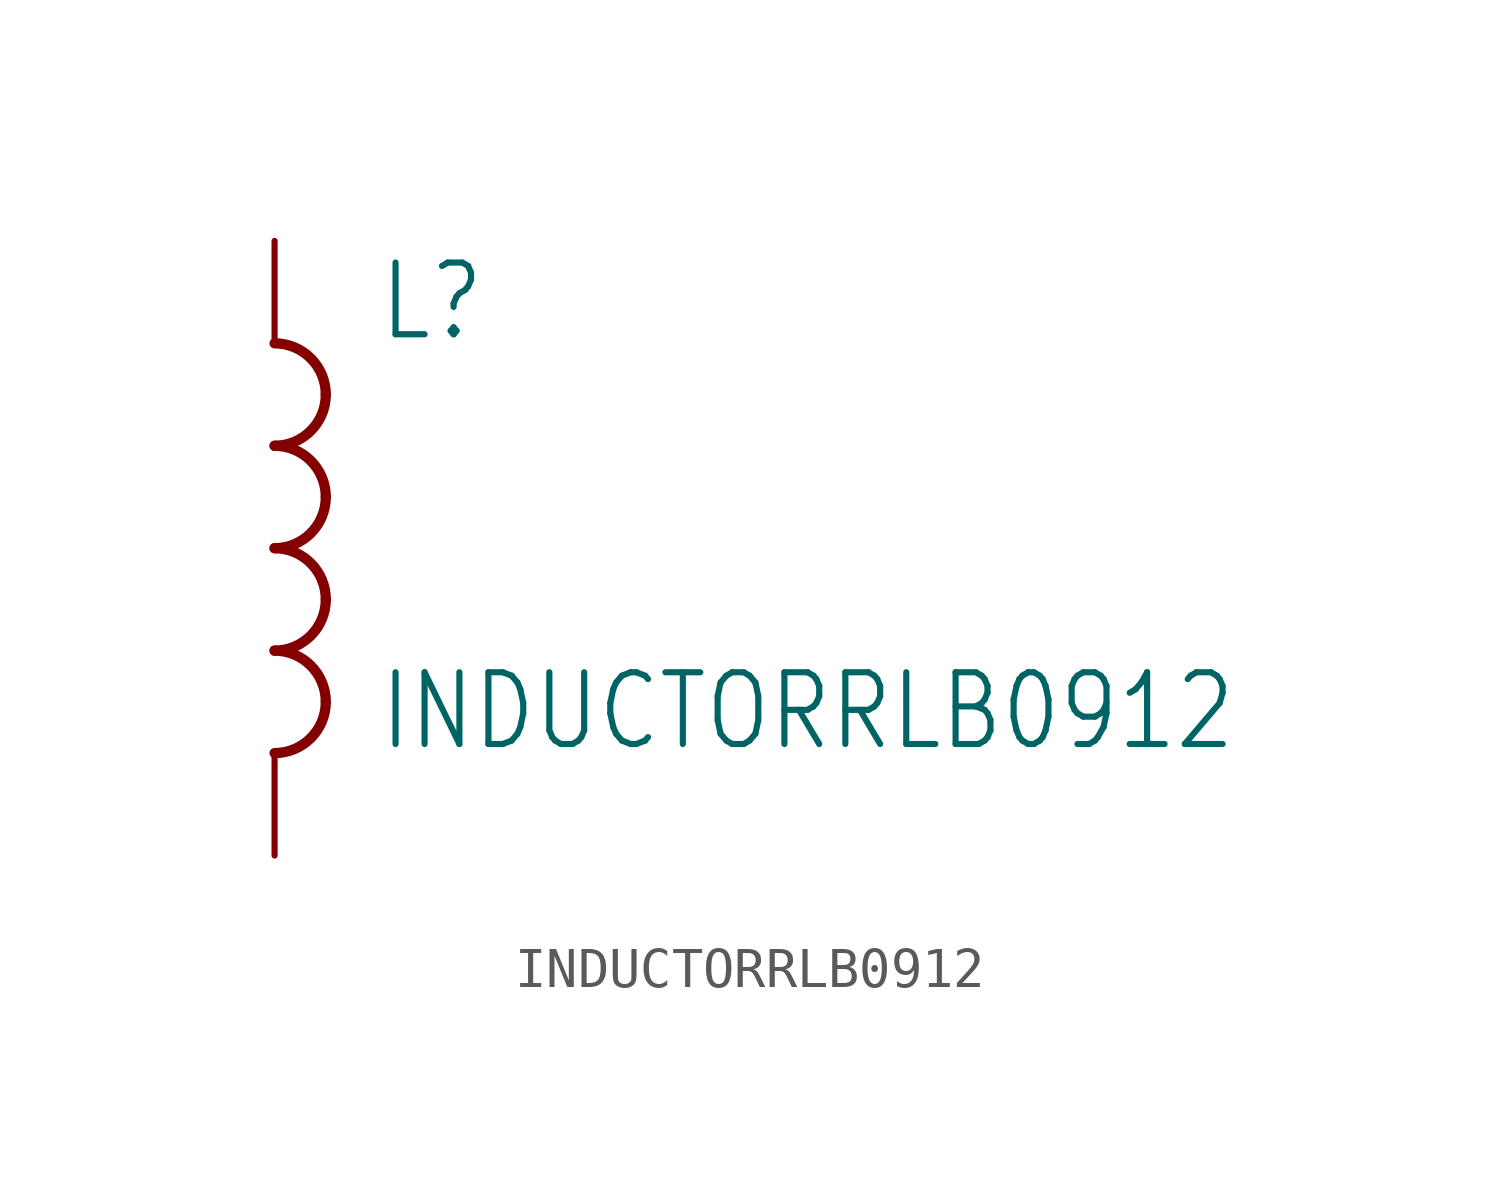
<source format=kicad_sym>
(kicad_symbol_lib
  (version 20211014)
  (generator kicad_symbol_editor)
  (symbol "INDUCTORRLB0912"
    (property "Reference" "L"
      (at 2.54 5.08 0)
      (effects (font (size 1.778 1.511)) (justify left bottom)))
    (property "Value" "INDUCTORRLB0912"
      (at 2.54 -5.08 0)
      (effects (font (size 1.778 1.511)) (justify left bottom)))
    (property "ki_locked" ""
      (at 0 0 0)
      (effects (font (size 1.27 1.27))))
    (symbol "INDUCTORRLB0912_1_0"
      (arc (start 0 -5.08) (mid 0.898 -4.708) (end 1.27 -3.81) (stroke (width 0.254) (type default) (color 0 0 0 0)) (fill (type none)))
      (arc (start 0 -2.54) (mid 0.898 -2.168) (end 1.27 -1.27) (stroke (width 0.254) (type default) (color 0 0 0 0)) (fill (type none)))
      (arc (start 0 0) (mid 0.898 0.372) (end 1.27 1.27) (stroke (width 0.254) (type default) (color 0 0 0 0)) (fill (type none)))
      (arc (start 0 2.54) (mid 0.898 2.912) (end 1.27 3.81) (stroke (width 0.254) (type default) (color 0 0 0 0)) (fill (type none)))
      (arc (start 1.27 -3.81) (mid 0.898 -2.912) (end 0 -2.54) (stroke (width 0.254) (type default) (color 0 0 0 0)) (fill (type none)))
      (arc (start 1.27 -1.27) (mid 0.898 -0.372) (end 0 0) (stroke (width 0.254) (type default) (color 0 0 0 0)) (fill (type none)))
      (arc (start 1.27 1.27) (mid 0.898 2.168) (end 0 2.54) (stroke (width 0.254) (type default) (color 0 0 0 0)) (fill (type none)))
      (arc (start 1.27 3.81) (mid 0.898 4.708) (end 0 5.08) (stroke (width 0.254) (type default) (color 0 0 0 0)) (fill (type none)))
      (pin passive line (at 0 7.62 270) (length 2.54) (name "1" (effects (font (size 0 0)))) (number "1" (effects (font (size 0 0)))))
      (pin passive line (at 0 -7.62 90) (length 2.54) (name "2" (effects (font (size 0 0)))) (number "2" (effects (font (size 0 0))))))))
</source>
